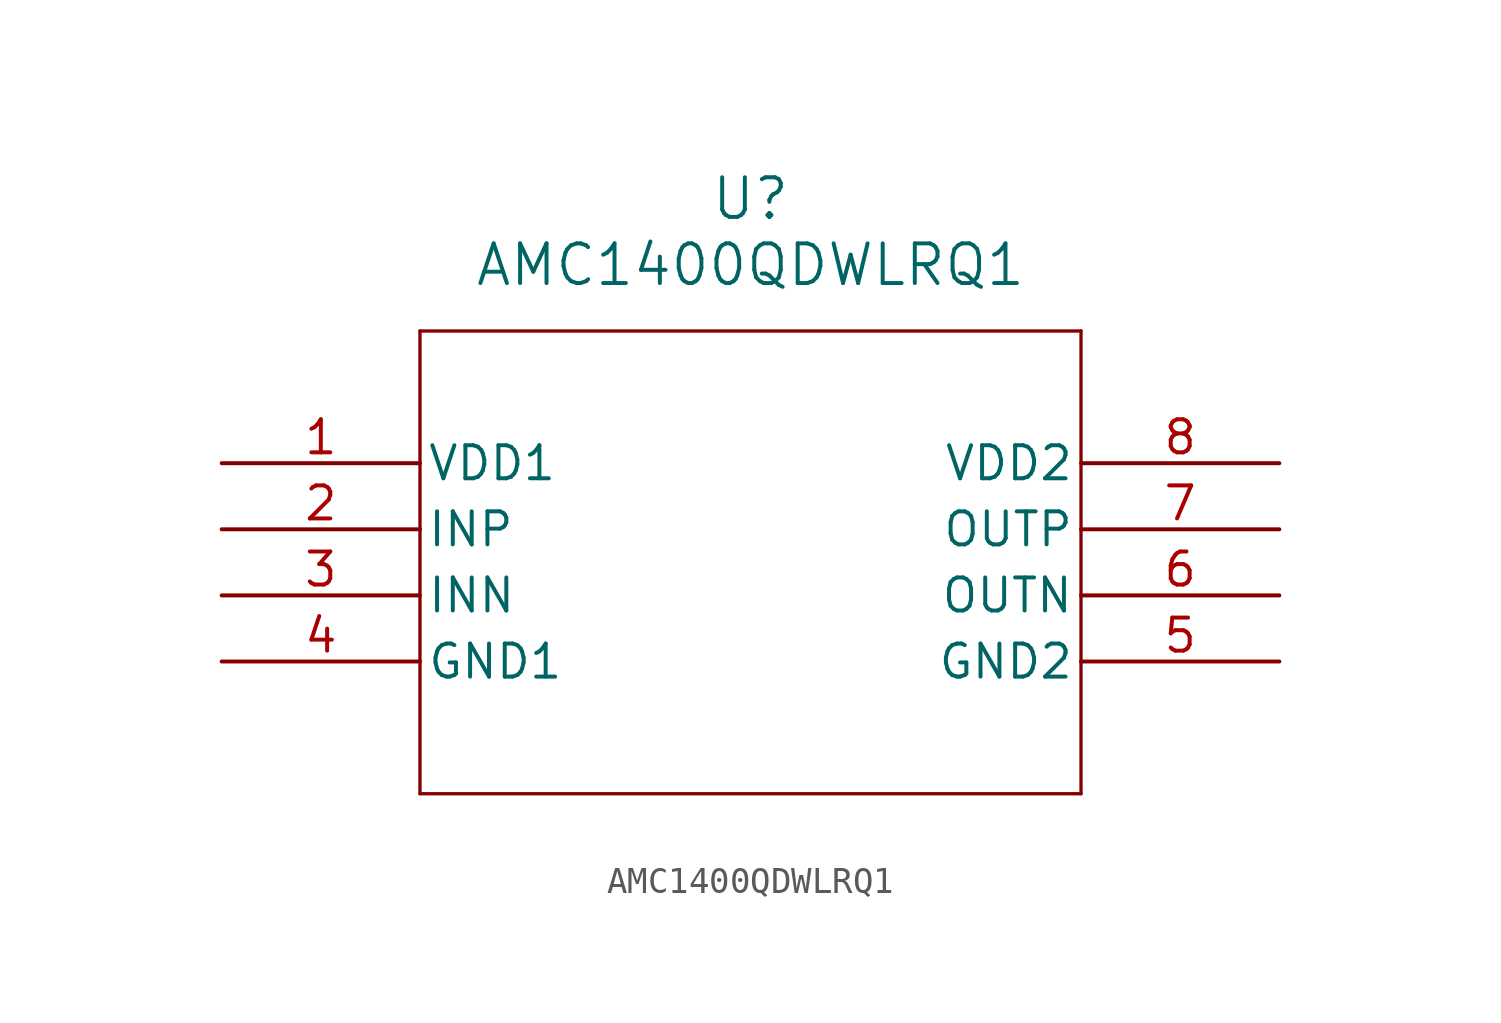
<source format=kicad_sym>
(kicad_symbol_lib
  (version 20211014)
  (generator kicad_symbol_editor)
  (symbol "AMC1400QDWLRQ1"
    (pin_names
      (offset 0.254))
    (property "Reference" "U"
      (at 20.32 10.16 0)
      (effects (font (size 1.524 1.524))))
    (property "Value" "AMC1400QDWLRQ1"
      (at 20.32 7.62 0)
      (effects (font (size 1.524 1.524))))
    (symbol "AMC1400QDWLRQ1_0_1"
      (polyline (pts (xy 7.62 5.08) (xy 7.62 -12.7)) (stroke (width 0.127) (type default) (color 0 0 0 0)) (fill (type none)))
      (polyline (pts (xy 7.62 -12.7) (xy 33.02 -12.7)) (stroke (width 0.127) (type default) (color 0 0 0 0)) (fill (type none)))
      (polyline (pts (xy 33.02 -12.7) (xy 33.02 5.08)) (stroke (width 0.127) (type default) (color 0 0 0 0)) (fill (type none)))
      (polyline (pts (xy 33.02 5.08) (xy 7.62 5.08)) (stroke (width 0.127) (type default) (color 0 0 0 0)) (fill (type none)))
      (pin power_in line (at 0 0 0) (length 7.62) (name "VDD1" (effects (font (size 1.27 1.27)))) (number "1" (effects (font (size 1.27 1.27)))))
      (pin input line (at 0 -2.54 0) (length 7.62) (name "INP" (effects (font (size 1.27 1.27)))) (number "2" (effects (font (size 1.27 1.27)))))
      (pin input line (at 0 -5.08 0) (length 7.62) (name "INN" (effects (font (size 1.27 1.27)))) (number "3" (effects (font (size 1.27 1.27)))))
      (pin power_out line (at 0 -7.62 0) (length 7.62) (name "GND1" (effects (font (size 1.27 1.27)))) (number "4" (effects (font (size 1.27 1.27)))))
      (pin power_out line (at 40.64 -7.62 180) (length 7.62) (name "GND2" (effects (font (size 1.27 1.27)))) (number "5" (effects (font (size 1.27 1.27)))))
      (pin output line (at 40.64 -5.08 180) (length 7.62) (name "OUTN" (effects (font (size 1.27 1.27)))) (number "6" (effects (font (size 1.27 1.27)))))
      (pin output line (at 40.64 -2.54 180) (length 7.62) (name "OUTP" (effects (font (size 1.27 1.27)))) (number "7" (effects (font (size 1.27 1.27)))))
      (pin power_in line (at 40.64 0 180) (length 7.62) (name "VDD2" (effects (font (size 1.27 1.27)))) (number "8" (effects (font (size 1.27 1.27))))))))
</source>
